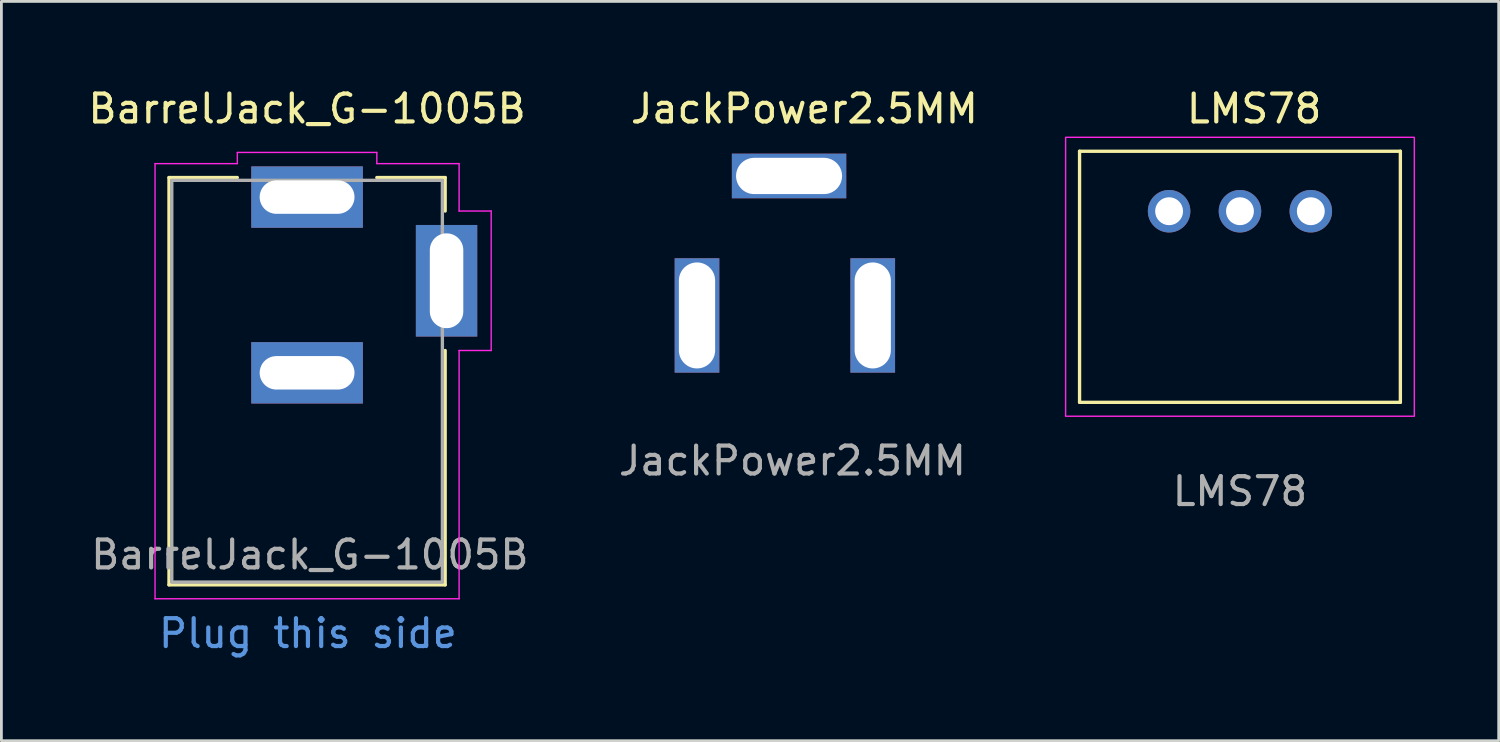
<source format=kicad_pcb>
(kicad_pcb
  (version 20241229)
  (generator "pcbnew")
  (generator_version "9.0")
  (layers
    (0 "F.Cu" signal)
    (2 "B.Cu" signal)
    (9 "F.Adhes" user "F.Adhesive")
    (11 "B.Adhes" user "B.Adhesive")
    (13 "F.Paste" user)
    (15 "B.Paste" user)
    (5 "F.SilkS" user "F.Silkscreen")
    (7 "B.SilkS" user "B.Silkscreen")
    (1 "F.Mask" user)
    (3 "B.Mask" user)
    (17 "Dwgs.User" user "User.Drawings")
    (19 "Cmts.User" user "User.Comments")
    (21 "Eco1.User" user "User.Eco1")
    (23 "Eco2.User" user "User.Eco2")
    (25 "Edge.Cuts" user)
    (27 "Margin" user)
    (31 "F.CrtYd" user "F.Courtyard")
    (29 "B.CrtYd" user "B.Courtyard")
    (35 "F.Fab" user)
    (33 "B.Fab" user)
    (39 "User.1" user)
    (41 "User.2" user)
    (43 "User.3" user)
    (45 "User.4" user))
  (footprint "BarrelJack_G-1005B"
    (layer "F.Cu")
    (at 7.958 17.815)
    (property "Reference" "BarrelJack_G-1005B" (at 0 -16.967 0) (unlocked yes) (layer "F.SilkS") (effects (font (size 1 1) (thickness 0.15))))
    (attr through_hole)
    (fp_line (start -4.95 -14.5) (end -4.95 0.1) (stroke (width 0.12) (type solid)) (layer "F.SilkS"))
    (fp_line (start -4.95 -14.5) (end -2.5 -14.5) (stroke (width 0.12) (type solid)) (layer "F.SilkS"))
    (fp_line (start -4.95 0.1) (end 4.95 0.1) (stroke (width 0.12) (type solid)) (layer "F.SilkS"))
    (fp_line (start 4.95 -14.5) (end 2.5 -14.5) (stroke (width 0.12) (type solid)) (layer "F.SilkS"))
    (fp_line (start 4.95 -14.5) (end 4.95 -13.3) (stroke (width 0.12) (type solid)) (layer "F.SilkS"))
    (fp_line (start 4.95 0.1) (end 4.95 -8.3) (stroke (width 0.12) (type solid)) (layer "F.SilkS"))
    (fp_line (start -5.45 -15) (end -5.45 0.6) (stroke (width 0.05) (type solid)) (layer "F.CrtYd"))
    (fp_line (start -5.45 -15) (end -2.5 -15) (stroke (width 0.05) (type solid)) (layer "F.CrtYd"))
    (fp_line (start -5.45 0.6) (end 5.45 0.6) (stroke (width 0.05) (type solid)) (layer "F.CrtYd"))
    (fp_line (start -2.5 -15.4) (end 2.5 -15.4) (stroke (width 0.05) (type solid)) (layer "F.CrtYd"))
    (fp_line (start -2.5 -15) (end -2.5 -15.4) (stroke (width 0.05) (type solid)) (layer "F.CrtYd"))
    (fp_line (start 2.5 -15) (end 2.5 -15.4) (stroke (width 0.05) (type solid)) (layer "F.CrtYd"))
    (fp_line (start 2.5 -15) (end 5.45 -15) (stroke (width 0.05) (type solid)) (layer "F.CrtYd"))
    (fp_line (start 5.45 -15) (end 5.45 -13.3) (stroke (width 0.05) (type solid)) (layer "F.CrtYd"))
    (fp_line (start 5.45 -13.3) (end 6.6 -13.3) (stroke (width 0.05) (type solid)) (layer "F.CrtYd"))
    (fp_line (start 5.45 -8.3) (end 5.45 0.6) (stroke (width 0.05) (type solid)) (layer "F.CrtYd"))
    (fp_line (start 5.45 -8.3) (end 6.6 -8.3) (stroke (width 0.05) (type solid)) (layer "F.CrtYd"))
    (fp_line (start 6.6 -13.3) (end 6.6 -8.3) (stroke (width 0.05) (type solid)) (layer "F.CrtYd"))
    (fp_rect (start -4.85 0) (end 4.85 -14.4) (stroke (width 0.12) (type solid)) (fill no) (layer "F.Fab"))
    (fp_text user "Plug this side" (at 0.03 1.84 0) (unlocked yes) (layer "Cmts.User") (effects (font (size 1 1) (thickness 0.15))))
    (fp_text user "${REFERENCE}" (at 0.1 -0.98 0) (unlocked yes) (layer "F.Fab") (effects (font (size 1 1) (thickness 0.15))))
    (pad "1" thru_hole rect (at 0 -13.8) (size 4 2.2) (drill oval 3.4 1.2) (layers "*.Cu" "*.Mask"))
    (pad "2" thru_hole rect (at 0 -7.5) (size 4 2.2) (drill oval 3.4 1.2) (layers "*.Cu" "*.Mask"))
    (pad "3" thru_hole rect (at 5 -10.8 270) (size 4 2.2) (drill oval 3.4 1.2) (layers "*.Cu" "*.Mask")))
  (footprint "JackPower2.5MM"
    (layer "F.Cu")
    (at 25.086 8.258)
    (property "Reference" "JackPower2.5MM" (at 0.7 -7.41 0) (unlocked yes) (layer "F.SilkS") (effects (font (size 1 1) (thickness 0.15))))
    (fp_text user "${REFERENCE}" (at 0.27 5.21 0) (unlocked yes) (layer "F.Fab") (effects (font (size 1 1) (thickness 0.15))))
    (pad "1" thru_hole rect (at 3.15 0) (size 1.6 4.1) (drill oval 1.3 3.8) (layers "*.Cu" "*.Mask"))
    (pad "2" thru_hole rect (at -3.15 0) (size 1.6 4.1) (drill oval 1.3 3.8) (layers "*.Cu" "*.Mask"))
    (pad "3" thru_hole rect (at 0.15 -5) (size 4.1 1.6) (drill oval 3.8 1.3) (layers "*.Cu" "*.Mask")))
  (footprint "LMS78"
    (layer "F.Cu")
    (at 41.4 6.872)
    (property "Reference" "LMS78" (at 0.508 -6.024 0) (unlocked yes) (layer "F.SilkS") (effects (font (size 1 1) (thickness 0.15))))
    (attr through_hole)
    (fp_line (start -5.75 -4.5) (end 5.75 -4.5) (stroke (width 0.12) (type solid)) (layer "F.SilkS"))
    (fp_line (start -5.75 4.5) (end -5.75 -4.5) (stroke (width 0.12) (type solid)) (layer "F.SilkS"))
    (fp_line (start -5.75 4.5) (end 5.75 4.5) (stroke (width 0.12) (type solid)) (layer "F.SilkS"))
    (fp_line (start 5.75 4.5) (end 5.75 -4.5) (stroke (width 0.12) (type solid)) (layer "F.SilkS"))
    (fp_rect (start 6.25 -5) (end -6.25 5) (stroke (width 0.05) (type solid)) (fill no) (layer "F.CrtYd"))
    (fp_text user "${REFERENCE}" (at 0 7.692 0) (unlocked yes) (layer "F.Fab") (effects (font (size 1 1) (thickness 0.15))))
    (pad "1" thru_hole circle (at -2.54 -2.35) (size 1.524 1.524) (drill 1) (layers "*.Cu" "*.Mask"))
    (pad "2" thru_hole circle (at 0 -2.35) (size 1.524 1.524) (drill 1) (layers "*.Cu" "*.Mask"))
    (pad "3" thru_hole circle (at 2.54 -2.35) (size 1.524 1.524) (drill 1) (layers "*.Cu" "*.Mask")))
  (gr_rect
    (start -3 -3)
    (end 50.675 23.504)
    (stroke (width 0.1) (type default))
    (fill no)
    (layer "Edge.Cuts")))
</source>
